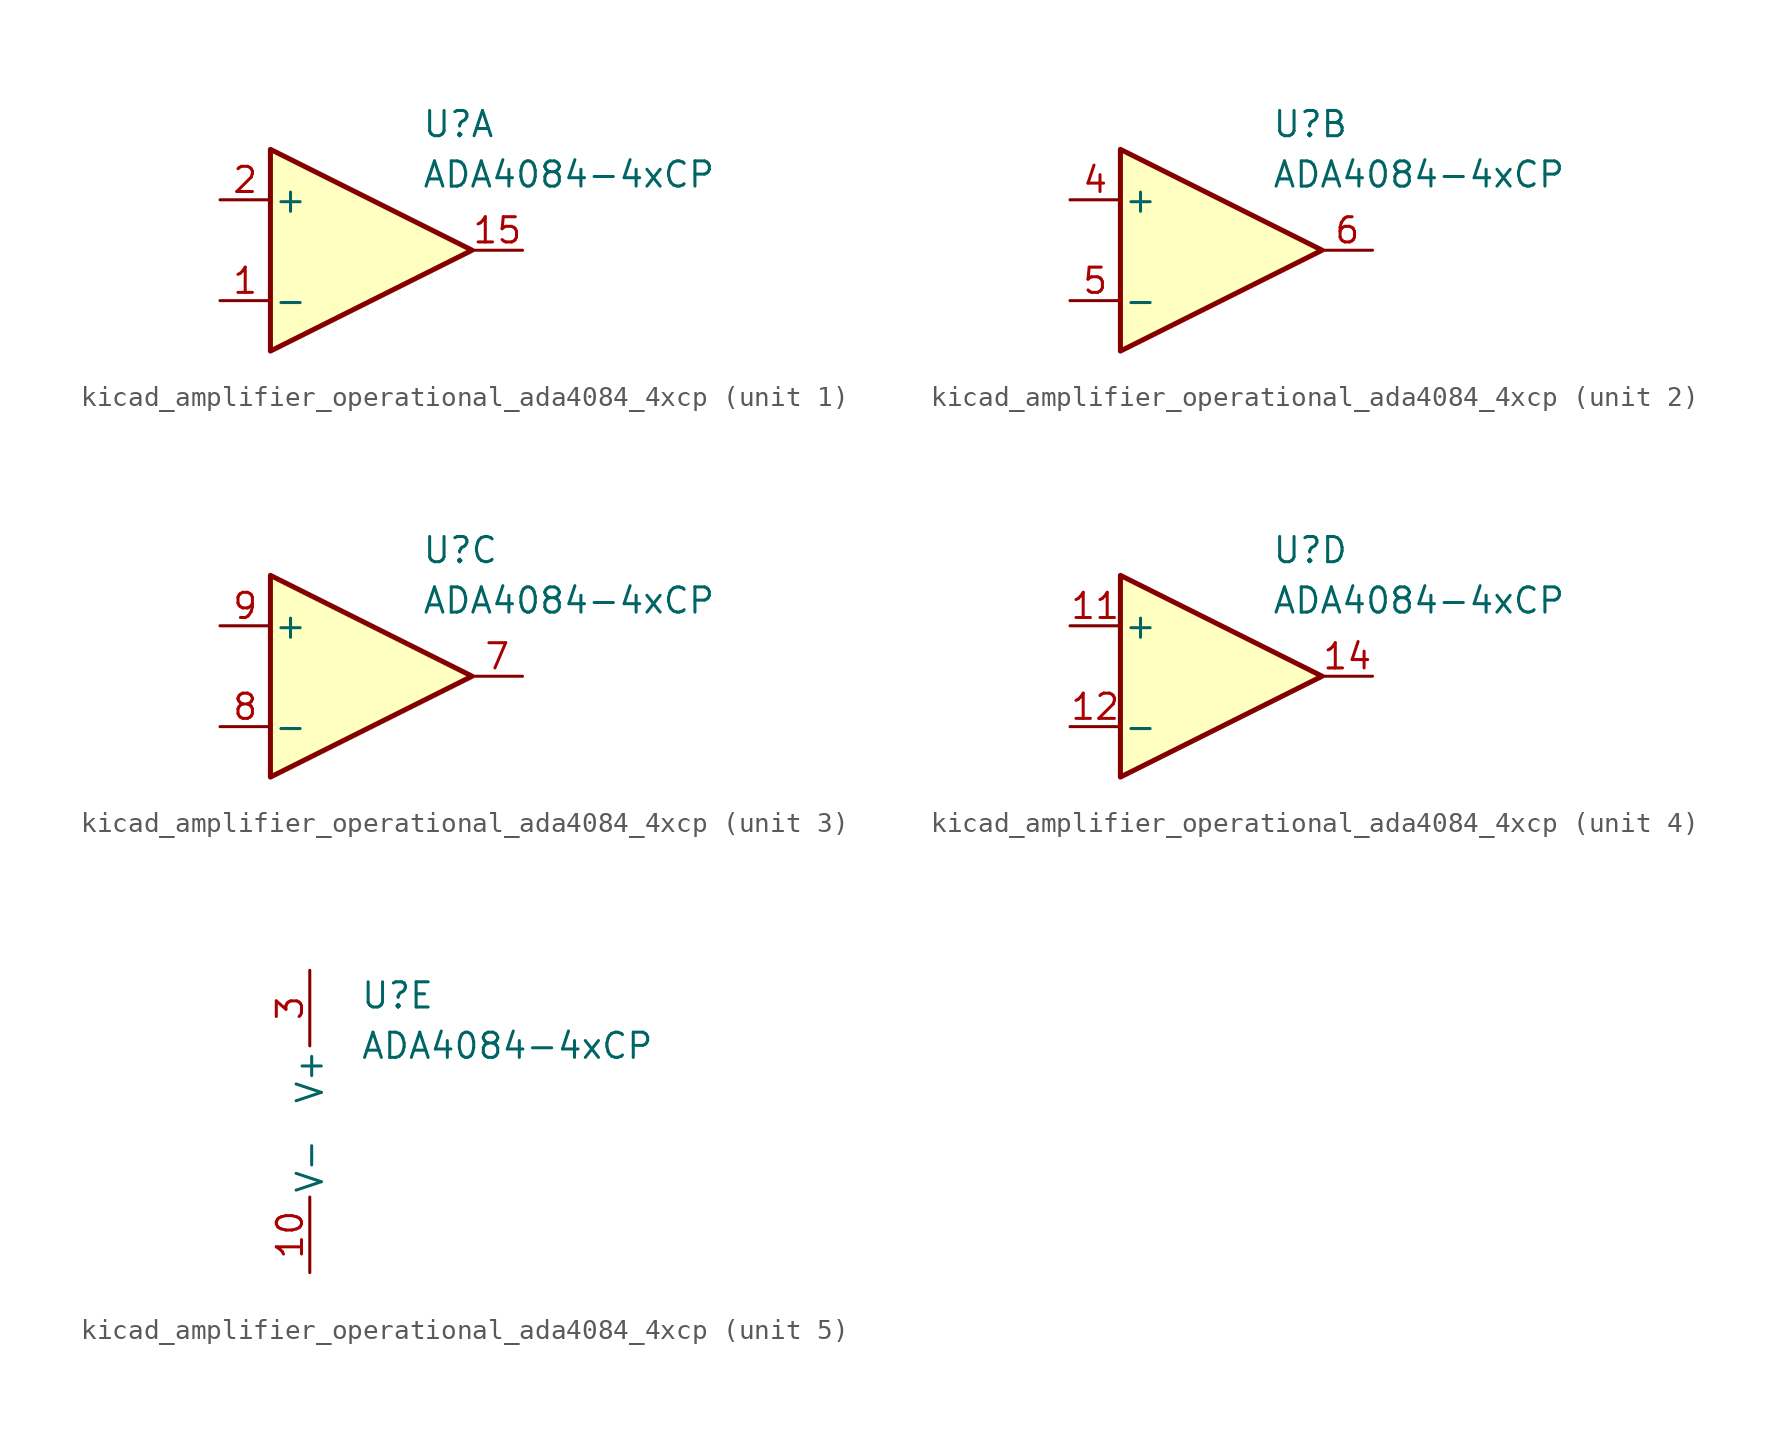
<source format=kicad_sym>
(kicad_symbol_lib
  (version 20220914)
  (generator kicad_symbol_editor)
  (symbol "kicad_amplifier_operational_ada4084_4xcp"
    (pin_names
      (offset 0.127))
    (property "Reference" "U"
      (at 2.54 6.35 0)
      (effects (font (size 1.27 1.27)) (justify left)))
    (property "Value" "ADA4084-4xCP"
      (at 2.54 3.81 0)
      (effects (font (size 1.27 1.27)) (justify left)))
    (property "ki_locked" ""
      (at 0 0 0)
      (effects (font (size 1.27 1.27))))
    (symbol "kicad_amplifier_operational_ada4084_4xcp_1_1"
      (polyline (pts (xy 5.08 0) (xy -5.08 5.08) (xy -5.08 -5.08) (xy 5.08 0)) (stroke (width 0.254) (type default)) (fill (type background)))
      (pin input line (at -7.62 -2.54 0) (length 2.54) (name "-" (effects (font (size 1.27 1.27)))) (number "1" (effects (font (size 1.27 1.27)))))
      (pin no_connect line (at 0 2.54 270) (length 2.54) hide (name "NIC" (effects (font (size 1.27 1.27)))) (number "13" (effects (font (size 1.27 1.27)))))
      (pin output line (at 7.62 0 180) (length 2.54) (name "~" (effects (font (size 1.27 1.27)))) (number "15" (effects (font (size 1.27 1.27)))))
      (pin no_connect line (at 0 -2.54 90) (length 2.54) hide (name "NIC" (effects (font (size 1.27 1.27)))) (number "16" (effects (font (size 1.27 1.27)))))
      (pin input line (at -7.62 2.54 0) (length 2.54) (name "+" (effects (font (size 1.27 1.27)))) (number "2" (effects (font (size 1.27 1.27))))))
    (symbol "kicad_amplifier_operational_ada4084_4xcp_2_1"
      (polyline (pts (xy -5.08 5.08) (xy -5.08 -5.08) (xy 5.08 0) (xy -5.08 5.08)) (stroke (width 0.254) (type default)) (fill (type background)))
      (pin input line (at -7.62 2.54 0) (length 2.54) (name "+" (effects (font (size 1.27 1.27)))) (number "4" (effects (font (size 1.27 1.27)))))
      (pin input line (at -7.62 -2.54 0) (length 2.54) (name "-" (effects (font (size 1.27 1.27)))) (number "5" (effects (font (size 1.27 1.27)))))
      (pin output line (at 7.62 0 180) (length 2.54) (name "~" (effects (font (size 1.27 1.27)))) (number "6" (effects (font (size 1.27 1.27))))))
    (symbol "kicad_amplifier_operational_ada4084_4xcp_3_1"
      (polyline (pts (xy 5.08 0) (xy -5.08 5.08) (xy -5.08 -5.08) (xy 5.08 0)) (stroke (width 0.254) (type default)) (fill (type background)))
      (pin output line (at 7.62 0 180) (length 2.54) (name "~" (effects (font (size 1.27 1.27)))) (number "7" (effects (font (size 1.27 1.27)))))
      (pin input line (at -7.62 -2.54 0) (length 2.54) (name "-" (effects (font (size 1.27 1.27)))) (number "8" (effects (font (size 1.27 1.27)))))
      (pin input line (at -7.62 2.54 0) (length 2.54) (name "+" (effects (font (size 1.27 1.27)))) (number "9" (effects (font (size 1.27 1.27))))))
    (symbol "kicad_amplifier_operational_ada4084_4xcp_4_1"
      (polyline (pts (xy -5.08 5.08) (xy 5.08 0) (xy -5.08 -5.08) (xy -5.08 5.08)) (stroke (width 0.254) (type default)) (fill (type background)))
      (pin input line (at -7.62 2.54 0) (length 2.54) (name "+" (effects (font (size 1.27 1.27)))) (number "11" (effects (font (size 1.27 1.27)))))
      (pin input line (at -7.62 -2.54 0) (length 2.54) (name "-" (effects (font (size 1.27 1.27)))) (number "12" (effects (font (size 1.27 1.27)))))
      (pin output line (at 7.62 0 180) (length 2.54) (name "~" (effects (font (size 1.27 1.27)))) (number "14" (effects (font (size 1.27 1.27))))))
    (symbol "kicad_amplifier_operational_ada4084_4xcp_5_1"
      (pin power_in line (at 0 -7.62 90) (length 3.81) (name "V-" (effects (font (size 1.27 1.27)))) (number "10" (effects (font (size 1.27 1.27)))))
      (pin passive line (at 0 -7.62 90) (length 3.81) hide (name "V-" (effects (font (size 1.27 1.27)))) (number "17" (effects (font (size 1.27 1.27)))))
      (pin power_in line (at 0 7.62 270) (length 3.81) (name "V+" (effects (font (size 1.27 1.27)))) (number "3" (effects (font (size 1.27 1.27))))))))
</source>
